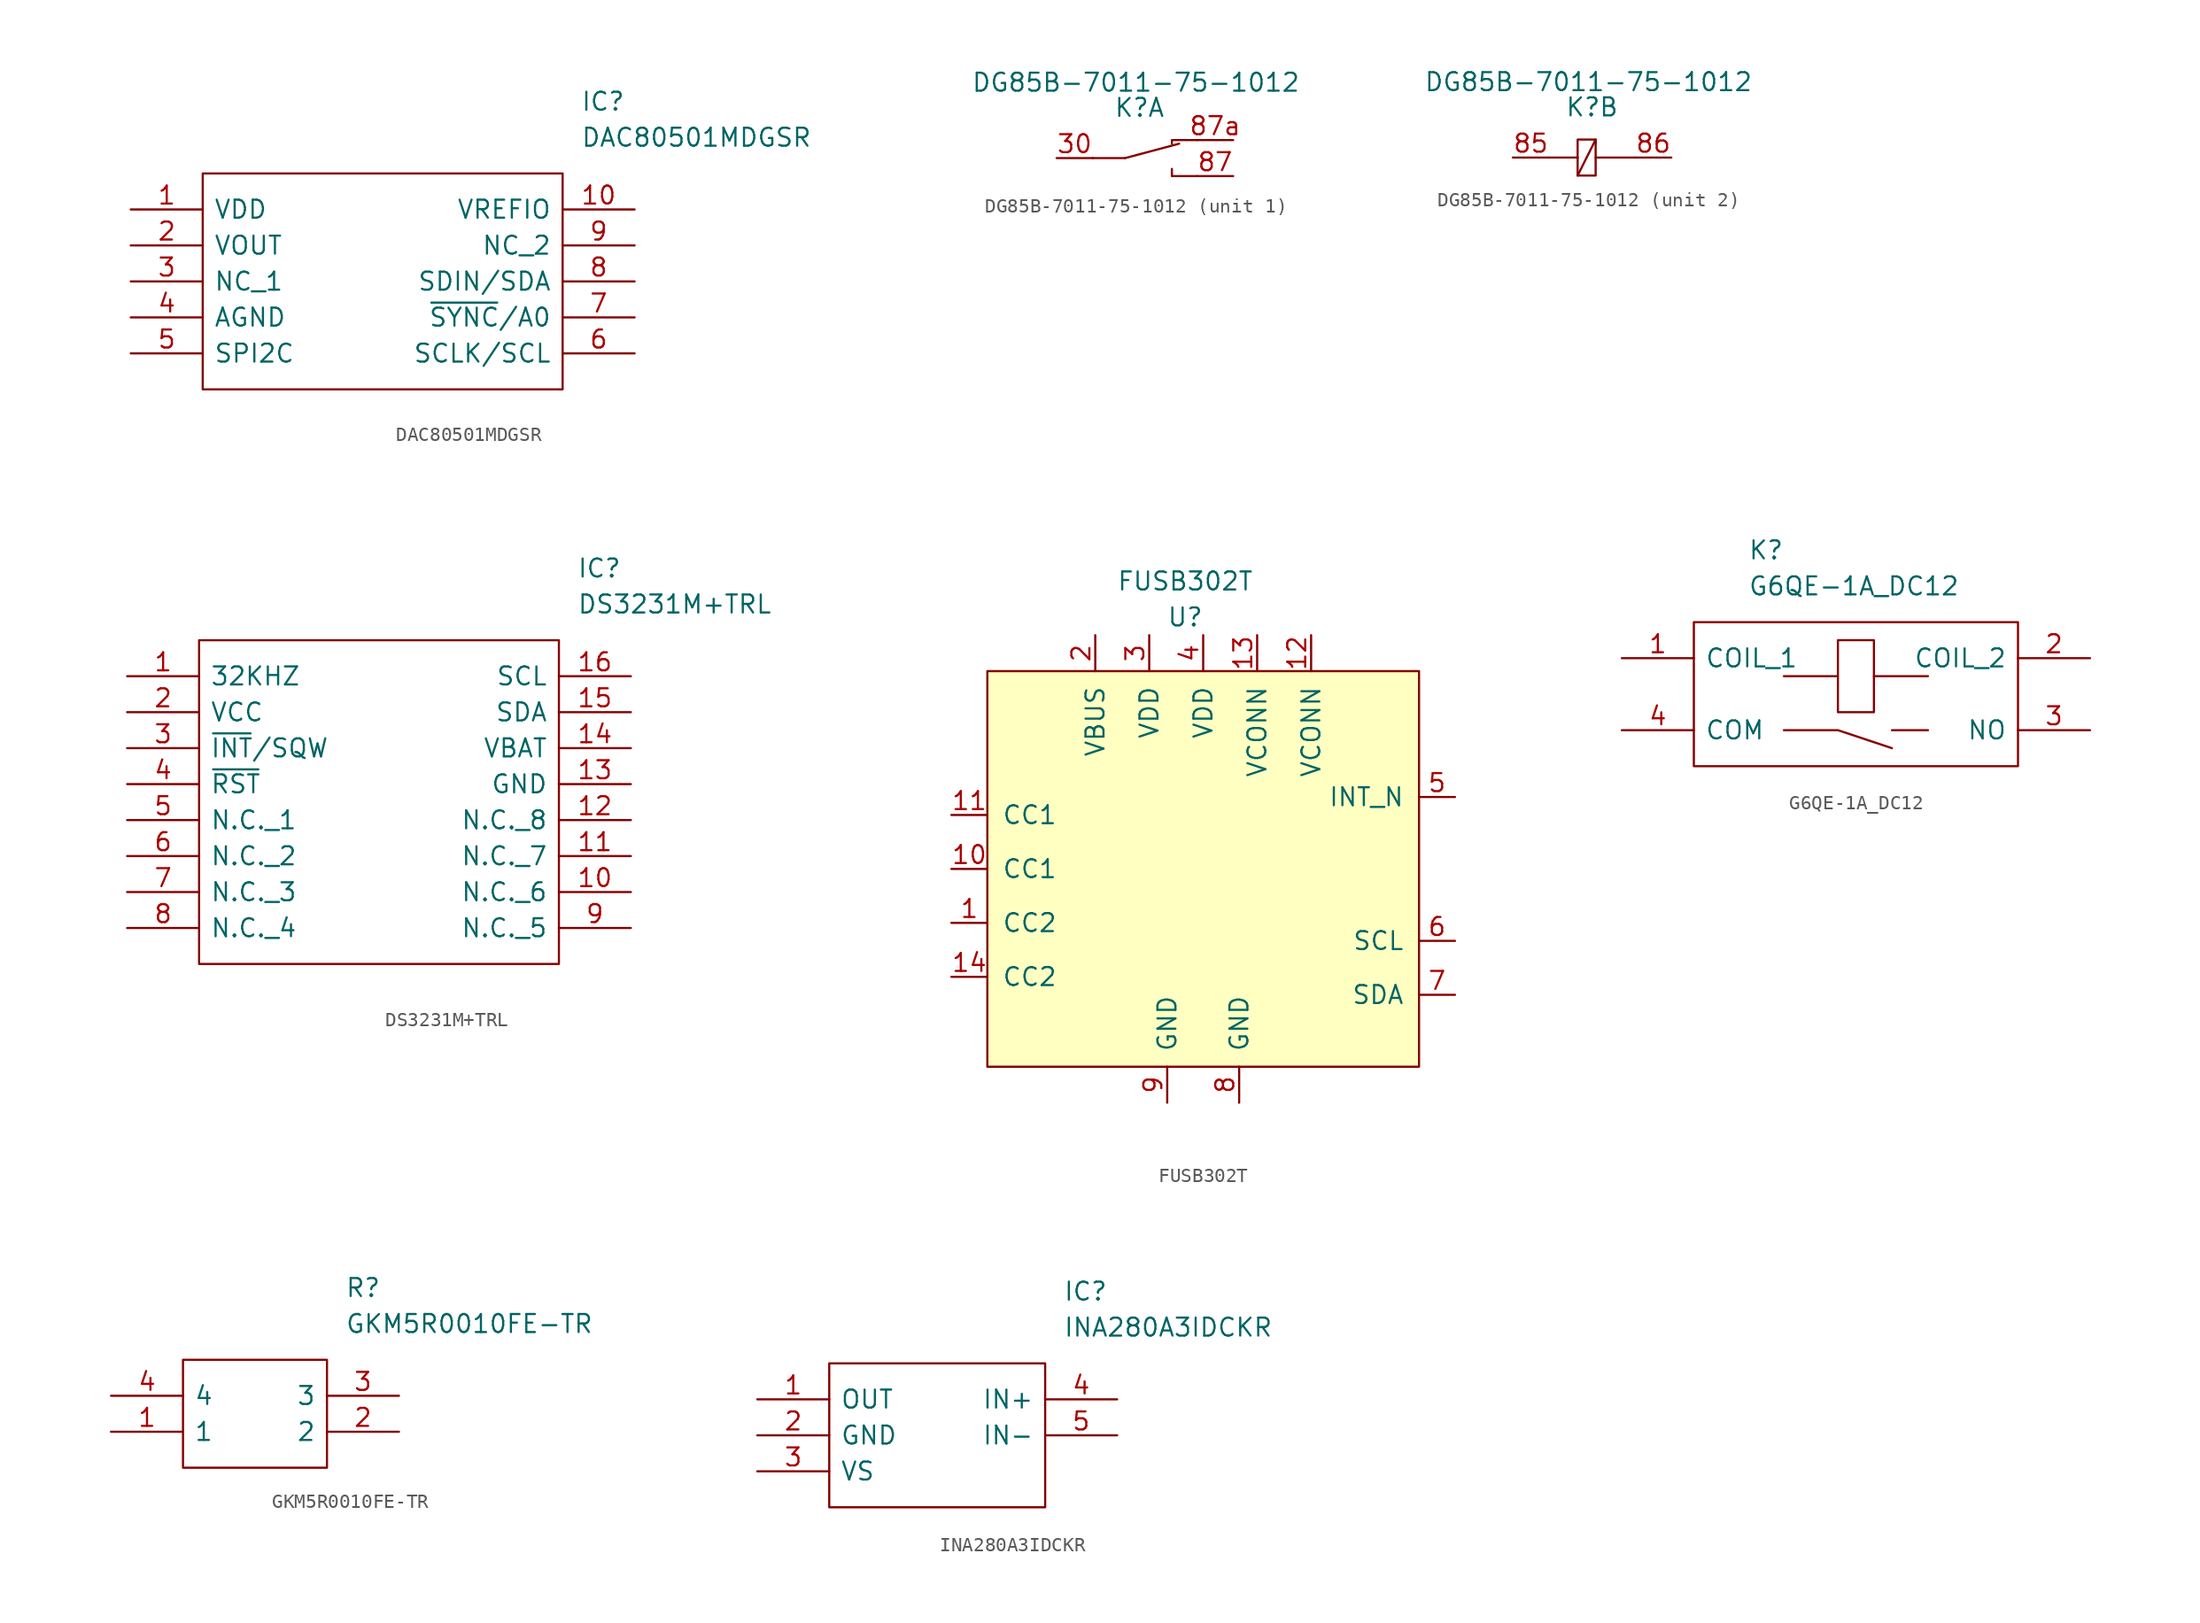
<source format=kicad_sym>
(kicad_symbol_lib
  (version 20231120)
  (generator "kicad_symbol_editor")
  (generator_version "8.0")
  (symbol "DAC80501MDGSR"
    (pin_names
      (offset 0.762))
    (property "Reference" "IC"
      (at 31.75 7.62 0)
      (effects (font (size 1.27 1.27)) (justify left)))
    (property "Value" "DAC80501MDGSR"
      (at 31.75 5.08 0)
      (effects (font (size 1.27 1.27)) (justify left)))
    (symbol "DAC80501MDGSR_0_0"
      (pin passive line (at 0 0 0) (length 5.08) (name "VDD" (effects (font (size 1.27 1.27)))) (number "1" (effects (font (size 1.27 1.27)))))
      (pin passive line (at 35.56 0 180) (length 5.08) (name "VREFIO" (effects (font (size 1.27 1.27)))) (number "10" (effects (font (size 1.27 1.27)))))
      (pin passive line (at 0 -2.54 0) (length 5.08) (name "VOUT" (effects (font (size 1.27 1.27)))) (number "2" (effects (font (size 1.27 1.27)))))
      (pin passive line (at 0 -5.08 0) (length 5.08) (name "NC_1" (effects (font (size 1.27 1.27)))) (number "3" (effects (font (size 1.27 1.27)))))
      (pin passive line (at 0 -7.62 0) (length 5.08) (name "AGND" (effects (font (size 1.27 1.27)))) (number "4" (effects (font (size 1.27 1.27)))))
      (pin passive line (at 0 -10.16 0) (length 5.08) (name "SPI2C" (effects (font (size 1.27 1.27)))) (number "5" (effects (font (size 1.27 1.27)))))
      (pin passive line (at 35.56 -10.16 180) (length 5.08) (name "SCLK/SCL" (effects (font (size 1.27 1.27)))) (number "6" (effects (font (size 1.27 1.27)))))
      (pin passive line (at 35.56 -7.62 180) (length 5.08) (name "~{SYNC}/A0" (effects (font (size 1.27 1.27)))) (number "7" (effects (font (size 1.27 1.27)))))
      (pin passive line (at 35.56 -5.08 180) (length 5.08) (name "SDIN/SDA" (effects (font (size 1.27 1.27)))) (number "8" (effects (font (size 1.27 1.27)))))
      (pin passive line (at 35.56 -2.54 180) (length 5.08) (name "NC_2" (effects (font (size 1.27 1.27)))) (number "9" (effects (font (size 1.27 1.27))))))
    (symbol "DAC80501MDGSR_0_1"
      (polyline (pts (xy 5.08 2.54) (xy 30.48 2.54) (xy 30.48 -12.7) (xy 5.08 -12.7) (xy 5.08 2.54)) (stroke (width 0.152) (type solid)) (fill (type none)))))
  (symbol "DG85B-7011-75-1012"
    (pin_names
      (offset 1.016))
    (property "Reference" "K"
      (at 0.254 3.556 0)
      (effects (font (size 1.27 1.27))))
    (property "Value" "DG85B-7011-75-1012"
      (at 0 5.334 0)
      (effects (font (size 1.27 1.27))))
    (symbol "DG85B-7011-75-1012_1_0"
      (pin unspecified line (at -5.588 0 0) (length 2.54) (name "~" (effects (font (size 1.27 1.27)))) (number "30" (effects (font (size 1.27 1.27)))))
      (pin unspecified line (at 6.858 -1.27 180) (length 2.54) (name "~" (effects (font (size 1.27 1.27)))) (number "87" (effects (font (size 1.27 1.27)))))
      (pin unspecified line (at 6.858 1.27 180) (length 2.54) (name "~" (effects (font (size 1.27 1.27)))) (number "87a" (effects (font (size 1.27 1.27))))))
    (symbol "DG85B-7011-75-1012_1_1"
      (polyline (pts (xy -0.762 0) (xy -3.048 0)) (stroke (width 0) (type solid)) (fill (type none)))
      (polyline (pts (xy -0.762 0) (xy 3.048 1.016)) (stroke (width 0) (type solid)) (fill (type none)))
      (polyline (pts (xy 4.318 -1.27) (xy 2.54 -1.27) (xy 2.54 -0.762)) (stroke (width 0) (type solid)) (fill (type none)))
      (polyline (pts (xy 4.318 1.27) (xy 2.54 1.27) (xy 2.54 1.016)) (stroke (width 0) (type solid)) (fill (type none))))
    (symbol "DG85B-7011-75-1012_2_1"
      (rectangle (start -0.762 1.27) (end 0.508 -1.27) (stroke (width 0) (type solid)) (fill (type none)))
      (polyline (pts (xy -0.762 0) (xy -2.794 0)) (stroke (width 0) (type solid)) (fill (type none)))
      (polyline (pts (xy 0.508 0) (xy 3.302 0)) (stroke (width 0) (type solid)) (fill (type none)))
      (polyline (pts (xy -0.762 -1.27) (xy 0.508 1.27) (xy 0.508 1.016)) (stroke (width 0) (type solid)) (fill (type none)))
      (pin unspecified line (at -5.334 0 0) (length 2.54) (name "~" (effects (font (size 1.27 1.27)))) (number "85" (effects (font (size 1.27 1.27)))))
      (pin unspecified line (at 5.842 0 180) (length 2.54) (name "~" (effects (font (size 1.27 1.27)))) (number "86" (effects (font (size 1.27 1.27)))))))
  (symbol "DS3231M+TRL"
    (pin_names
      (offset 0.762))
    (property "Reference" "IC"
      (at 31.75 7.62 0)
      (effects (font (size 1.27 1.27)) (justify left)))
    (property "Value" "DS3231M+TRL"
      (at 31.75 5.08 0)
      (effects (font (size 1.27 1.27)) (justify left)))
    (symbol "DS3231M+TRL_0_0"
      (pin passive line (at 0 0 0) (length 5.08) (name "32KHZ" (effects (font (size 1.27 1.27)))) (number "1" (effects (font (size 1.27 1.27)))))
      (pin passive line (at 35.56 -15.24 180) (length 5.08) (name "N.C._6" (effects (font (size 1.27 1.27)))) (number "10" (effects (font (size 1.27 1.27)))))
      (pin passive line (at 35.56 -12.7 180) (length 5.08) (name "N.C._7" (effects (font (size 1.27 1.27)))) (number "11" (effects (font (size 1.27 1.27)))))
      (pin passive line (at 35.56 -10.16 180) (length 5.08) (name "N.C._8" (effects (font (size 1.27 1.27)))) (number "12" (effects (font (size 1.27 1.27)))))
      (pin passive line (at 35.56 -7.62 180) (length 5.08) (name "GND" (effects (font (size 1.27 1.27)))) (number "13" (effects (font (size 1.27 1.27)))))
      (pin passive line (at 35.56 -5.08 180) (length 5.08) (name "VBAT" (effects (font (size 1.27 1.27)))) (number "14" (effects (font (size 1.27 1.27)))))
      (pin passive line (at 35.56 -2.54 180) (length 5.08) (name "SDA" (effects (font (size 1.27 1.27)))) (number "15" (effects (font (size 1.27 1.27)))))
      (pin passive line (at 35.56 0 180) (length 5.08) (name "SCL" (effects (font (size 1.27 1.27)))) (number "16" (effects (font (size 1.27 1.27)))))
      (pin passive line (at 0 -2.54 0) (length 5.08) (name "VCC" (effects (font (size 1.27 1.27)))) (number "2" (effects (font (size 1.27 1.27)))))
      (pin passive line (at 0 -5.08 0) (length 5.08) (name "~{INT}/SQW" (effects (font (size 1.27 1.27)))) (number "3" (effects (font (size 1.27 1.27)))))
      (pin passive line (at 0 -7.62 0) (length 5.08) (name "~{RST}" (effects (font (size 1.27 1.27)))) (number "4" (effects (font (size 1.27 1.27)))))
      (pin passive line (at 0 -10.16 0) (length 5.08) (name "N.C._1" (effects (font (size 1.27 1.27)))) (number "5" (effects (font (size 1.27 1.27)))))
      (pin passive line (at 0 -12.7 0) (length 5.08) (name "N.C._2" (effects (font (size 1.27 1.27)))) (number "6" (effects (font (size 1.27 1.27)))))
      (pin passive line (at 0 -15.24 0) (length 5.08) (name "N.C._3" (effects (font (size 1.27 1.27)))) (number "7" (effects (font (size 1.27 1.27)))))
      (pin passive line (at 0 -17.78 0) (length 5.08) (name "N.C._4" (effects (font (size 1.27 1.27)))) (number "8" (effects (font (size 1.27 1.27)))))
      (pin passive line (at 35.56 -17.78 180) (length 5.08) (name "N.C._5" (effects (font (size 1.27 1.27)))) (number "9" (effects (font (size 1.27 1.27))))))
    (symbol "DS3231M+TRL_0_1"
      (polyline (pts (xy 5.08 2.54) (xy 30.48 2.54) (xy 30.48 -20.32) (xy 5.08 -20.32) (xy 5.08 2.54)) (stroke (width 0.152) (type solid)) (fill (type none)))))
  (symbol "FUSB302T"
    (pin_names
      (offset 1.016))
    (property "Reference" "U"
      (at -1.27 13.97 0)
      (effects (font (size 1.27 1.27))))
    (property "Value" "FUSB302T"
      (at -1.27 16.51 0)
      (effects (font (size 1.27 1.27))))
    (symbol "FUSB302T_0_0"
      (pin unspecified line (at -17.78 -7.62 0) (length 2.54) (name "CC2" (effects (font (size 1.27 1.27)))) (number "1" (effects (font (size 1.27 1.27)))))
      (pin unspecified line (at -17.78 -3.81 0) (length 2.54) (name "CC1" (effects (font (size 1.27 1.27)))) (number "10" (effects (font (size 1.27 1.27)))))
      (pin unspecified line (at -17.78 0 0) (length 2.54) (name "CC1" (effects (font (size 1.27 1.27)))) (number "11" (effects (font (size 1.27 1.27)))))
      (pin unspecified line (at 7.62 12.7 270) (length 2.54) (name "VCONN" (effects (font (size 1.27 1.27)))) (number "12" (effects (font (size 1.27 1.27)))))
      (pin unspecified line (at 3.81 12.7 270) (length 2.54) (name "VCONN" (effects (font (size 1.27 1.27)))) (number "13" (effects (font (size 1.27 1.27)))))
      (pin unspecified line (at -17.78 -11.43 0) (length 2.54) (name "CC2" (effects (font (size 1.27 1.27)))) (number "14" (effects (font (size 1.27 1.27)))))
      (pin unspecified line (at -7.62 12.7 270) (length 2.54) (name "VBUS" (effects (font (size 1.27 1.27)))) (number "2" (effects (font (size 1.27 1.27)))))
      (pin unspecified line (at -3.81 12.7 270) (length 2.54) (name "VDD" (effects (font (size 1.27 1.27)))) (number "3" (effects (font (size 1.27 1.27)))))
      (pin unspecified line (at 0 12.7 270) (length 2.54) (name "VDD" (effects (font (size 1.27 1.27)))) (number "4" (effects (font (size 1.27 1.27)))))
      (pin unspecified line (at 17.78 1.27 180) (length 2.54) (name "INT_N" (effects (font (size 1.27 1.27)))) (number "5" (effects (font (size 1.27 1.27)))))
      (pin unspecified line (at 17.78 -8.89 180) (length 2.54) (name "SCL" (effects (font (size 1.27 1.27)))) (number "6" (effects (font (size 1.27 1.27)))))
      (pin unspecified line (at 17.78 -12.7 180) (length 2.54) (name "SDA" (effects (font (size 1.27 1.27)))) (number "7" (effects (font (size 1.27 1.27)))))
      (pin unspecified line (at 2.54 -20.32 90) (length 2.54) (name "GND" (effects (font (size 1.27 1.27)))) (number "8" (effects (font (size 1.27 1.27)))))
      (pin unspecified line (at -2.54 -20.32 90) (length 2.54) (name "GND" (effects (font (size 1.27 1.27)))) (number "9" (effects (font (size 1.27 1.27))))))
    (symbol "FUSB302T_0_1"
      (rectangle (start -15.24 10.16) (end 15.24 -17.78) (stroke (width 0) (type solid)) (fill (type background)))))
  (symbol "G6QE-1A_DC12"
    (pin_names
      (offset 0.762))
    (property "Reference" "K"
      (at -7.62 7.62 0)
      (effects (font (size 1.27 1.27)) (justify left)))
    (property "Value" "G6QE-1A_DC12"
      (at -7.62 5.08 0)
      (effects (font (size 1.27 1.27)) (justify left)))
    (symbol "G6QE-1A_DC12_0_0"
      (pin passive line (at -16.51 0 0) (length 5.08) (name "COIL_1" (effects (font (size 1.27 1.27)))) (number "1" (effects (font (size 1.27 1.27)))))
      (pin passive line (at 16.51 0 180) (length 5.08) (name "COIL_2" (effects (font (size 1.27 1.27)))) (number "2" (effects (font (size 1.27 1.27)))))
      (pin passive line (at 16.51 -5.08 180) (length 5.08) (name "NO" (effects (font (size 1.27 1.27)))) (number "3" (effects (font (size 1.27 1.27)))))
      (pin passive line (at -16.51 -5.08 0) (length 5.08) (name "COM" (effects (font (size 1.27 1.27)))) (number "4" (effects (font (size 1.27 1.27))))))
    (symbol "G6QE-1A_DC12_0_1"
      (rectangle (start -11.43 2.54) (end 11.43 -7.62) (stroke (width 0) (type solid)) (fill (type none)))
      (polyline (pts (xy 1.27 -1.27) (xy 5.08 -1.27)) (stroke (width 0) (type solid)) (fill (type none)))
      (polyline (pts (xy 2.54 -5.08) (xy 5.08 -5.08)) (stroke (width 0) (type solid)) (fill (type none)))
      (polyline (pts (xy -5.08 -5.08) (xy -1.27 -5.08) (xy 2.54 -6.35)) (stroke (width 0) (type solid)) (fill (type none)))
      (polyline (pts (xy -5.08 -1.27) (xy -1.27 -1.27) (xy -1.27 1.27) (xy 1.27 1.27) (xy 1.27 -3.81) (xy -1.27 -3.81) (xy -1.27 -1.27)) (stroke (width 0) (type solid)) (fill (type none)))))
  (symbol "GKM5R0010FE-TR"
    (pin_names
      (offset 0.762))
    (property "Reference" "R"
      (at 16.51 7.62 0)
      (effects (font (size 1.27 1.27)) (justify left)))
    (property "Value" "GKM5R0010FE-TR"
      (at 16.51 5.08 0)
      (effects (font (size 1.27 1.27)) (justify left)))
    (symbol "GKM5R0010FE-TR_0_0"
      (pin passive line (at 0 -2.54 0) (length 5.08) (name "1" (effects (font (size 1.27 1.27)))) (number "1" (effects (font (size 1.27 1.27)))))
      (pin passive line (at 20.32 -2.54 180) (length 5.08) (name "2" (effects (font (size 1.27 1.27)))) (number "2" (effects (font (size 1.27 1.27)))))
      (pin passive line (at 20.32 0 180) (length 5.08) (name "3" (effects (font (size 1.27 1.27)))) (number "3" (effects (font (size 1.27 1.27)))))
      (pin passive line (at 0 0 0) (length 5.08) (name "4" (effects (font (size 1.27 1.27)))) (number "4" (effects (font (size 1.27 1.27))))))
    (symbol "GKM5R0010FE-TR_0_1"
      (polyline (pts (xy 5.08 2.54) (xy 15.24 2.54) (xy 15.24 -5.08) (xy 5.08 -5.08) (xy 5.08 2.54)) (stroke (width 0.152) (type solid)) (fill (type none)))))
  (symbol "INA280A3IDCKR"
    (pin_names
      (offset 0.762))
    (property "Reference" "IC"
      (at 21.59 7.62 0)
      (effects (font (size 1.27 1.27)) (justify left)))
    (property "Value" "INA280A3IDCKR"
      (at 21.59 5.08 0)
      (effects (font (size 1.27 1.27)) (justify left)))
    (symbol "INA280A3IDCKR_0_0"
      (pin passive line (at 0 0 0) (length 5.08) (name "OUT" (effects (font (size 1.27 1.27)))) (number "1" (effects (font (size 1.27 1.27)))))
      (pin passive line (at 0 -2.54 0) (length 5.08) (name "GND" (effects (font (size 1.27 1.27)))) (number "2" (effects (font (size 1.27 1.27)))))
      (pin passive line (at 0 -5.08 0) (length 5.08) (name "VS" (effects (font (size 1.27 1.27)))) (number "3" (effects (font (size 1.27 1.27)))))
      (pin passive line (at 25.4 0 180) (length 5.08) (name "IN+" (effects (font (size 1.27 1.27)))) (number "4" (effects (font (size 1.27 1.27)))))
      (pin passive line (at 25.4 -2.54 180) (length 5.08) (name "IN-" (effects (font (size 1.27 1.27)))) (number "5" (effects (font (size 1.27 1.27))))))
    (symbol "INA280A3IDCKR_0_1"
      (polyline (pts (xy 5.08 2.54) (xy 20.32 2.54) (xy 20.32 -7.62) (xy 5.08 -7.62) (xy 5.08 2.54)) (stroke (width 0.152) (type solid)) (fill (type none))))))
</source>
